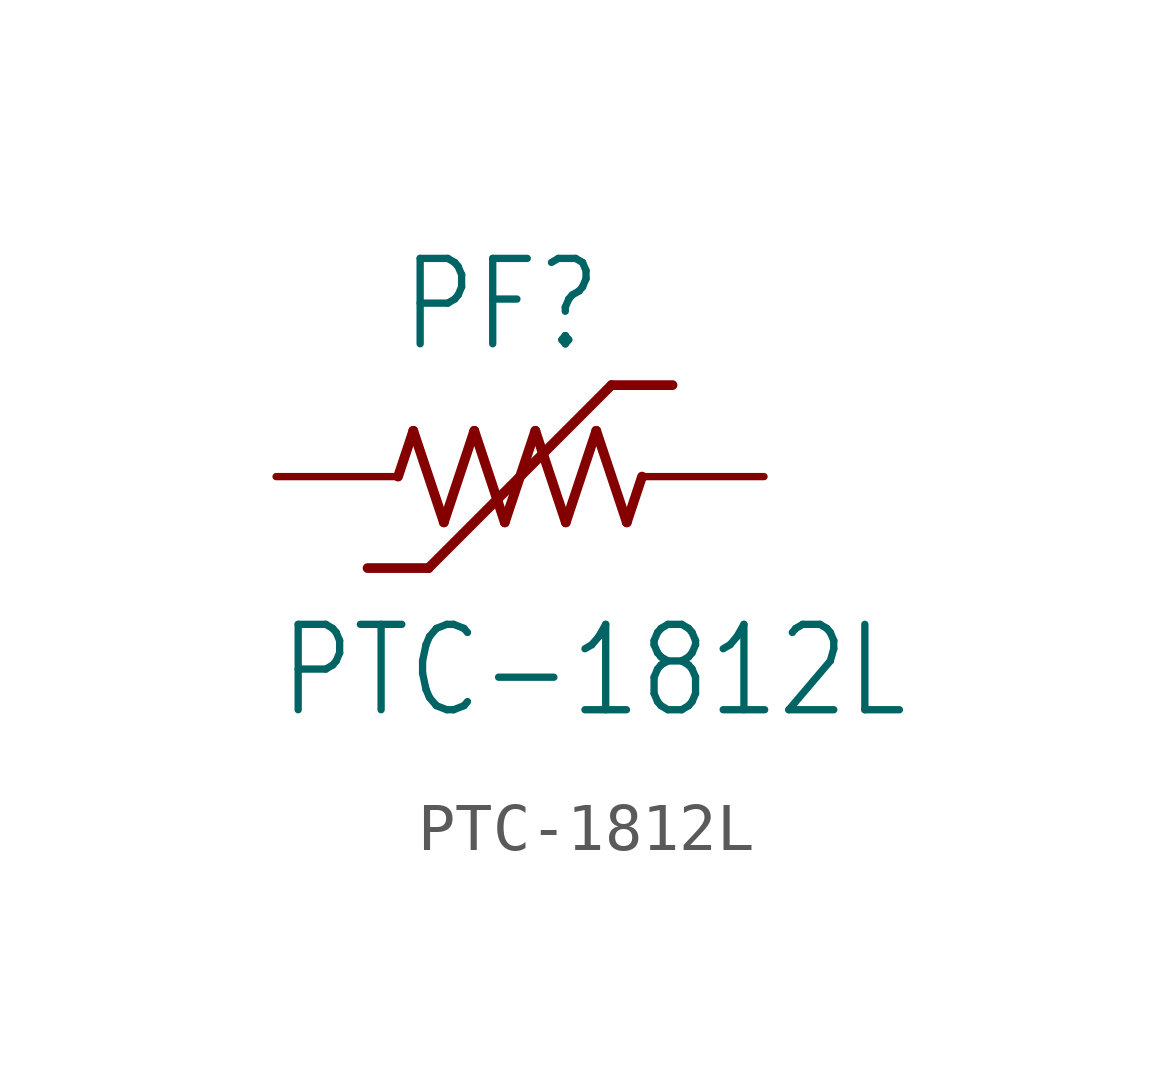
<source format=kicad_sym>
(kicad_symbol_lib
  (version 20211014)
  (generator kicad_symbol_editor)
  (symbol "PTC-1812L"
    (property "Reference" "PF"
      (at -2.54 2.54 0)
      (effects (font (size 1.778 1.511)) (justify left bottom)))
    (property "Value" "PTC-1812L"
      (at -5.08 -5.08 0)
      (effects (font (size 1.778 1.511)) (justify left bottom)))
    (property "ki_locked" ""
      (at 0 0 0)
      (effects (font (size 1.27 1.27))))
    (symbol "PTC-1812L_1_0"
      (polyline (pts (xy -2.54 0) (xy -2.223 0.953)) (stroke (width 0.203) (type default) (color 0 0 0 0)) (fill (type none)))
      (polyline (pts (xy -2.223 0.953) (xy -1.587 -0.953)) (stroke (width 0.203) (type default) (color 0 0 0 0)) (fill (type none)))
      (polyline (pts (xy -1.905 -1.905) (xy -3.175 -1.905)) (stroke (width 0.203) (type default) (color 0 0 0 0)) (fill (type none)))
      (polyline (pts (xy -1.587 -0.953) (xy -0.953 0.953)) (stroke (width 0.203) (type default) (color 0 0 0 0)) (fill (type none)))
      (polyline (pts (xy -0.953 0.953) (xy -0.318 -0.953)) (stroke (width 0.203) (type default) (color 0 0 0 0)) (fill (type none)))
      (polyline (pts (xy -0.318 -0.953) (xy 0.318 0.953)) (stroke (width 0.203) (type default) (color 0 0 0 0)) (fill (type none)))
      (polyline (pts (xy 0.318 0.953) (xy 0.953 -0.953)) (stroke (width 0.203) (type default) (color 0 0 0 0)) (fill (type none)))
      (polyline (pts (xy 0.953 -0.953) (xy 1.587 0.953)) (stroke (width 0.203) (type default) (color 0 0 0 0)) (fill (type none)))
      (polyline (pts (xy 1.587 0.953) (xy 2.223 -0.953)) (stroke (width 0.203) (type default) (color 0 0 0 0)) (fill (type none)))
      (polyline (pts (xy 1.905 1.905) (xy -1.905 -1.905)) (stroke (width 0.203) (type default) (color 0 0 0 0)) (fill (type none)))
      (polyline (pts (xy 2.223 -0.953) (xy 2.54 0)) (stroke (width 0.203) (type default) (color 0 0 0 0)) (fill (type none)))
      (polyline (pts (xy 3.175 1.905) (xy 1.905 1.905)) (stroke (width 0.203) (type default) (color 0 0 0 0)) (fill (type none)))
      (pin passive line (at -5.08 0 0) (length 2.54) (name "1" (effects (font (size 0 0)))) (number "1" (effects (font (size 0 0)))))
      (pin passive line (at 5.08 0 180) (length 2.54) (name "2" (effects (font (size 0 0)))) (number "2" (effects (font (size 0 0))))))))
</source>
